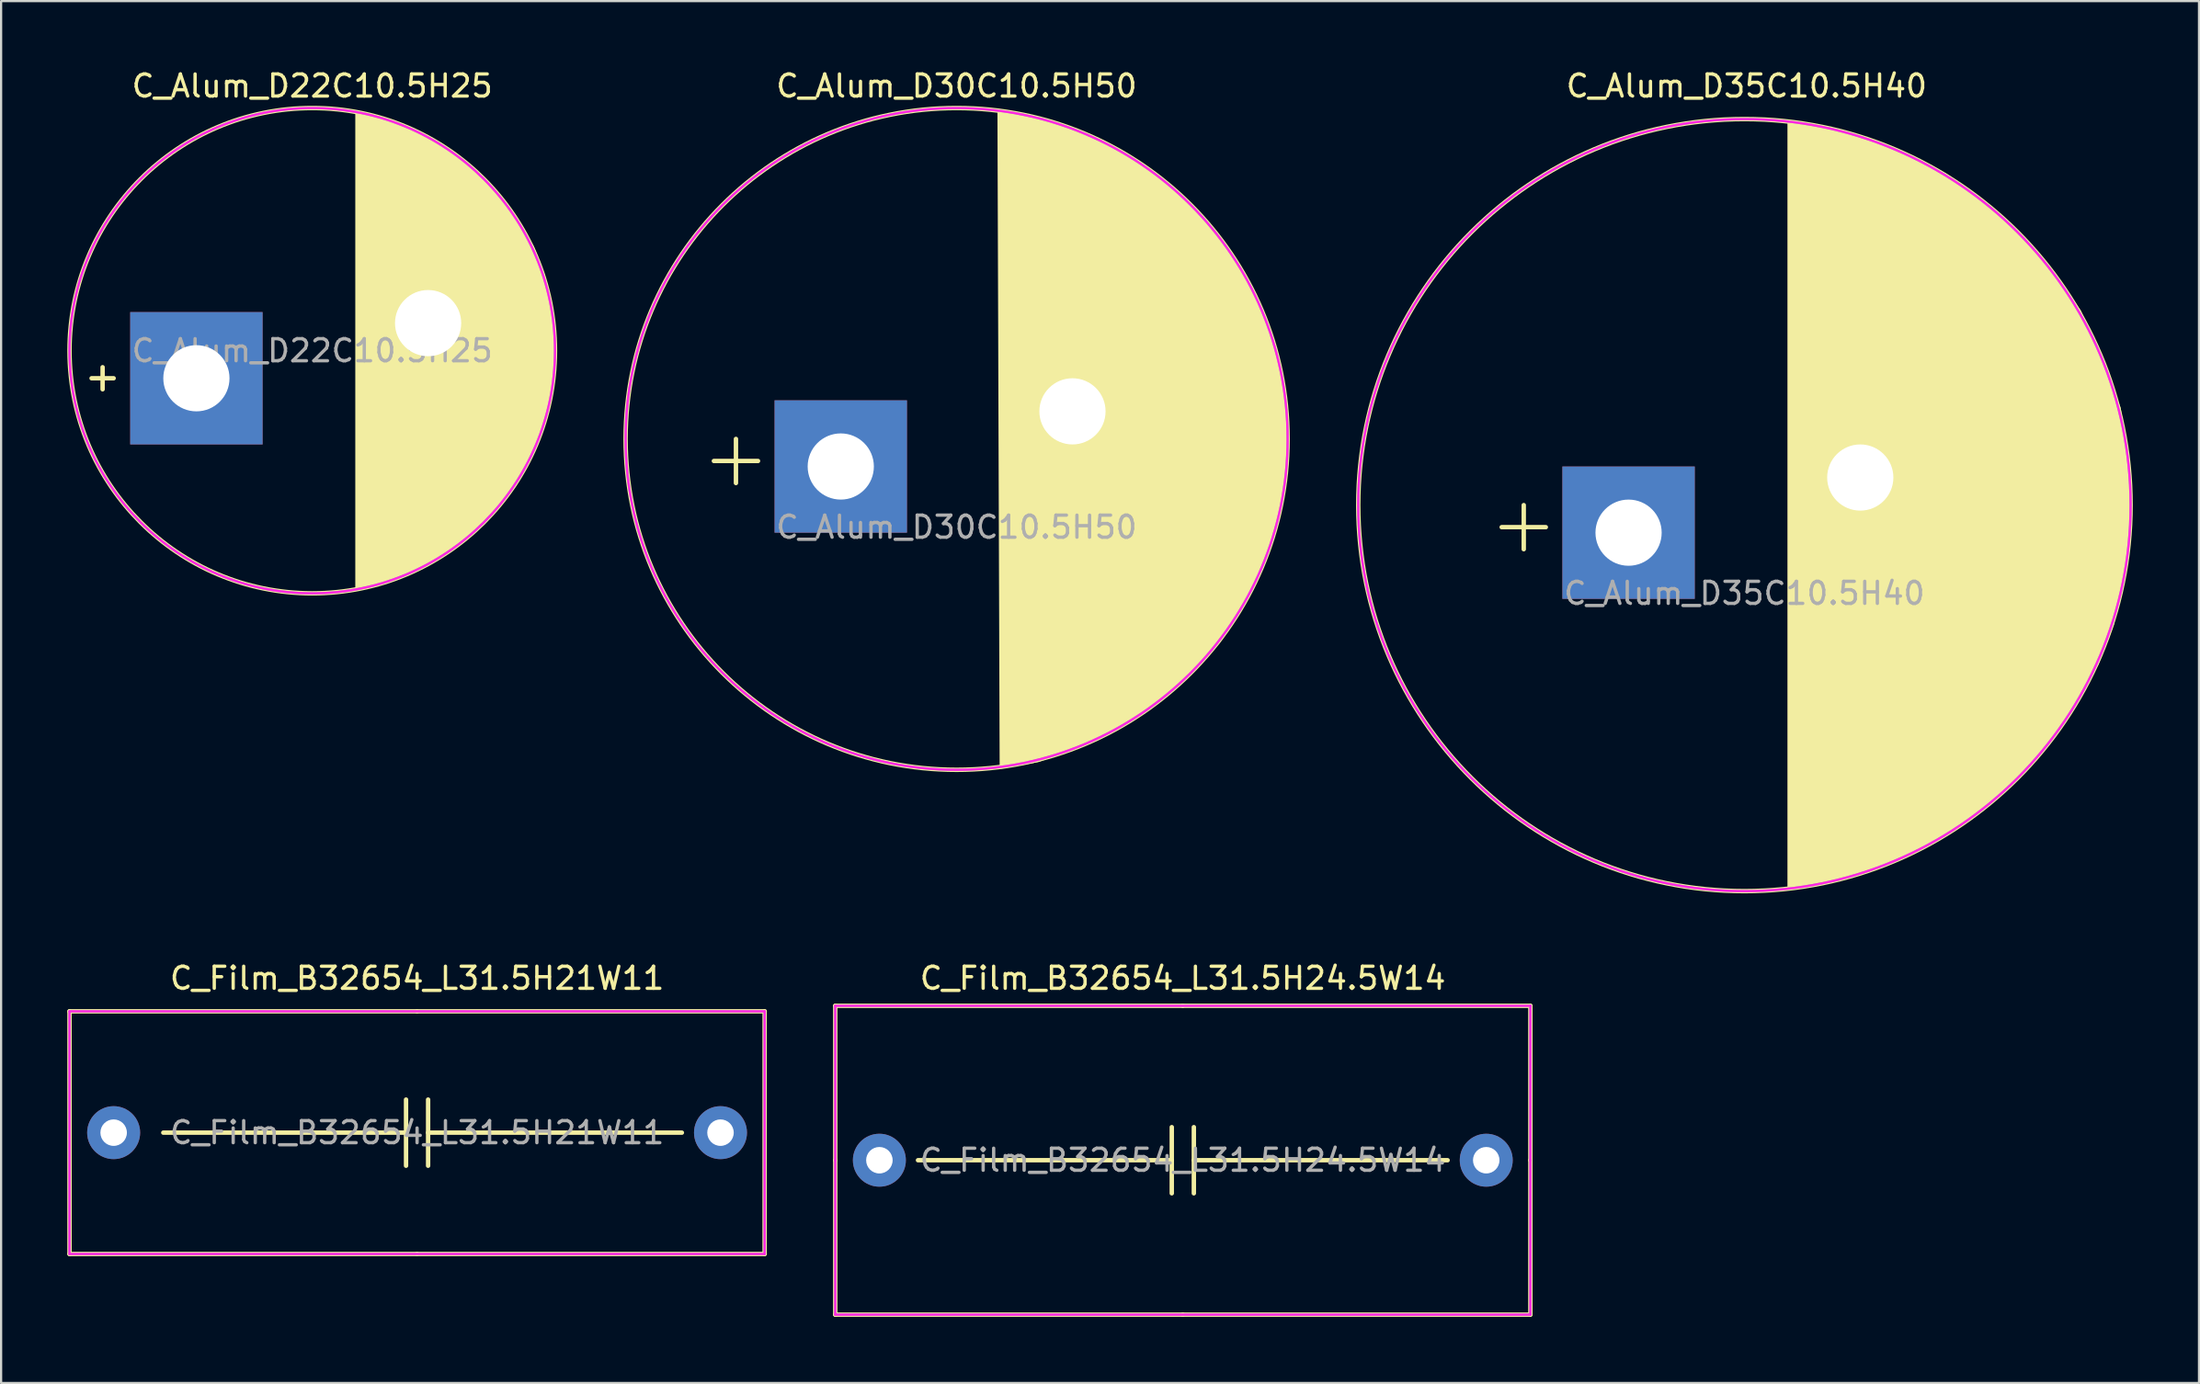
<source format=kicad_pcb>
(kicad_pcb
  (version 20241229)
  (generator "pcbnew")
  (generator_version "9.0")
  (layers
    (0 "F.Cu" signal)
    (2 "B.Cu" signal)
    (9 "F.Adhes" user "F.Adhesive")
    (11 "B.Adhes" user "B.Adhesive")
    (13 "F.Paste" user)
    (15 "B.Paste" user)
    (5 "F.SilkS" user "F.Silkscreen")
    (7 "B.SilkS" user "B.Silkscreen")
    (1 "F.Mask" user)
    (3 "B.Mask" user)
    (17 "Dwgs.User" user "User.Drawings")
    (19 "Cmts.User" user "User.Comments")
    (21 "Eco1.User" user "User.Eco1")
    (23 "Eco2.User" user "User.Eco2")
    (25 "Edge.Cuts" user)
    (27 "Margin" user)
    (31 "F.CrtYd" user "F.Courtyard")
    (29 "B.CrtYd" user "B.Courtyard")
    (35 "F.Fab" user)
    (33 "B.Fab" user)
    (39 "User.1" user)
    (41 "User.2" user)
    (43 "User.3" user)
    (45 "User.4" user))
  (footprint "C_Alum_D30C10.5H50"
    (layer "F.Cu")
    (at 40.3 16.848)
    (property "Reference" "C_Alum_D30C10.5H50" (at 0 -16 0) (layer "F.SilkS") (effects (font (size 1 1) (thickness 0.15))))
    (attr through_hole)
    (fp_line (start -11 1) (end -9 1) (stroke (width 0.2) (type solid)) (layer "F.SilkS"))
    (fp_line (start -10 2) (end -10 0) (stroke (width 0.2) (type solid)) (layer "F.SilkS"))
    (fp_circle (center 0 0) (end 15 0) (stroke (width 0.2) (type solid)) (fill no) (layer "F.SilkS"))
    (fp_poly (pts (xy 4.3 -14.4) (xy 6.6 -13.5) (xy 8.6 -12.3) (xy 9.9 -11.2) (xy 11.1 -10.1) (xy 12.1 -8.8) (xy 12.9 -7.7) (xy 13.5 -6.5) (xy 14.3 -4.5) (xy 14.7 -2.9) (xy 14.9 -1.4) (xy 15 0) (xy 14.9 1.5) (xy 14.5 3.9) (xy 13.9 5.7) (xy 12.6 8.1) (xy 11.9 9.2) (xy 10.7 10.5) (xy 9.4 11.7) (xy 7.9 12.7) (xy 5.9 13.8) (xy 3.7 14.6) (xy 2 14.9) (xy 1.9 -14.9)) (stroke (width 0.1) (type solid)) (fill yes) (layer "F.SilkS"))
    (fp_circle (center 0 0) (end 15 0) (stroke (width 0.1) (type solid)) (fill no) (layer "F.CrtYd"))
    (fp_circle (center 0 0) (end 15 0) (stroke (width 0.1) (type solid)) (fill no) (layer "F.Fab"))
    (fp_text user "${REFERENCE}" (at 0 4 0) (layer "F.Fab") (effects (font (size 1 1) (thickness 0.15))))
    (pad "1" thru_hole rect (at -5.25 1.25 180) (size 6 6) (drill 3) (layers "*.Cu" "*.Mask"))
    (pad "2" thru_hole circle (at 5.25 -1.25) (size 6 6) (drill 3) (layers "*.Cu" "*.Mask")))
  (footprint "C_Alum_D22C10.5H25"
    (layer "F.Cu")
    (at 11.1 12.848)
    (property "Reference" "C_Alum_D22C10.5H25" (at 0 -12 0) (layer "F.SilkS") (effects (font (size 1 1) (thickness 0.15))))
    (attr through_hole)
    (fp_line (start -10 1.25) (end -9 1.25) (stroke (width 0.2) (type solid)) (layer "F.SilkS"))
    (fp_line (start -9.5 1.75) (end -9.5 0.75) (stroke (width 0.2) (type solid)) (layer "F.SilkS"))
    (fp_circle (center 0 0) (end 11 0) (stroke (width 0.2) (type solid)) (fill no) (layer "F.SilkS"))
    (fp_poly (pts (xy 3.6 -10.4) (xy 5.1 -9.7) (xy 6.3 -9) (xy 7.6 -8) (xy 8.4 -7.1) (xy 9.2 -6) (xy 10 -4.7) (xy 10.5 -3.4) (xy 10.8 -2.2) (xy 11 -0.6) (xy 11 0.6) (xy 10.8 2.2) (xy 10.2 4.1) (xy 9.2 6.1) (xy 7.9 7.6) (xy 7.1 8.4) (xy 5.9 9.3) (xy 4.1 10.2) (xy 2 10.8) (xy 2 -10.8)) (stroke (width 0.1) (type solid)) (fill yes) (layer "F.SilkS"))
    (fp_circle (center 0 0) (end 11 0) (stroke (width 0.1) (type solid)) (fill no) (layer "F.CrtYd"))
    (fp_circle (center 0 0) (end 11 0) (stroke (width 0.1) (type solid)) (fill no) (layer "F.Fab"))
    (fp_text user "${REFERENCE}" (at 0 0 0) (layer "F.Fab") (effects (font (size 1 1) (thickness 0.15))))
    (pad "1" thru_hole rect (at -5.25 1.25 180) (size 6 6) (drill 3) (layers "*.Cu" "*.Mask"))
    (pad "2" thru_hole circle (at 5.25 -1.25) (size 6 6) (drill 3) (layers "*.Cu" "*.Mask")))
  (footprint "C_Film_B32654_L31.5H24.5W14"
    (layer "F.Cu")
    (at 50.55 49.547)
    (property "Reference" "C_Film_B32654_L31.5H24.5W14" (at 0 -8.25 0) (layer "F.SilkS") (effects (font (size 1 1) (thickness 0.15))))
    (attr through_hole)
    (fp_line (start -15.75 -7) (end -15.75 0) (stroke (width 0.2) (type solid)) (layer "F.SilkS"))
    (fp_line (start -15.75 -7) (end 0 -7) (stroke (width 0.2) (type solid)) (layer "F.SilkS"))
    (fp_line (start -15.75 0) (end -15.75 7) (stroke (width 0.2) (type solid)) (layer "F.SilkS"))
    (fp_line (start -12 0) (end -0.5 0) (stroke (width 0.2) (type solid)) (layer "F.SilkS"))
    (fp_line (start -0.5 1.5) (end -0.5 -1.5) (stroke (width 0.2) (type solid)) (layer "F.SilkS"))
    (fp_line (start 0 -7) (end 15.75 -7) (stroke (width 0.2) (type solid)) (layer "F.SilkS"))
    (fp_line (start 0 7) (end -15.75 7) (stroke (width 0.2) (type solid)) (layer "F.SilkS"))
    (fp_line (start 0.5 0) (end 12 0) (stroke (width 0.2) (type solid)) (layer "F.SilkS"))
    (fp_line (start 0.5 1.5) (end 0.5 -1.5) (stroke (width 0.2) (type solid)) (layer "F.SilkS"))
    (fp_line (start 15.75 -7) (end 15.75 0) (stroke (width 0.2) (type solid)) (layer "F.SilkS"))
    (fp_line (start 15.75 7) (end 0 7) (stroke (width 0.2) (type solid)) (layer "F.SilkS"))
    (fp_line (start 15.75 7) (end 15.75 0) (stroke (width 0.2) (type solid)) (layer "F.SilkS"))
    (fp_line (start -15.75 -7) (end -15.75 0) (stroke (width 0.1) (type solid)) (layer "F.CrtYd"))
    (fp_line (start -15.75 -7) (end 15.75 -7) (stroke (width 0.1) (type solid)) (layer "F.CrtYd"))
    (fp_line (start -15.75 0) (end -15.75 7) (stroke (width 0.1) (type solid)) (layer "F.CrtYd"))
    (fp_line (start 15.75 -7) (end 15.75 0) (stroke (width 0.1) (type solid)) (layer "F.CrtYd"))
    (fp_line (start 15.75 7) (end -15.75 7) (stroke (width 0.1) (type solid)) (layer "F.CrtYd"))
    (fp_line (start 15.75 7) (end 15.75 0) (stroke (width 0.1) (type solid)) (layer "F.CrtYd"))
    (fp_line (start -15.75 -7) (end -15.75 0) (stroke (width 0.1) (type solid)) (layer "F.Fab"))
    (fp_line (start -15.75 -7) (end 15.75 -7) (stroke (width 0.1) (type solid)) (layer "F.Fab"))
    (fp_line (start -15.75 0) (end -15.75 7) (stroke (width 0.1) (type solid)) (layer "F.Fab"))
    (fp_line (start 15.75 -7) (end 15.75 0) (stroke (width 0.1) (type solid)) (layer "F.Fab"))
    (fp_line (start 15.75 7) (end -15.75 7) (stroke (width 0.1) (type solid)) (layer "F.Fab"))
    (fp_line (start 15.75 7) (end 15.75 0) (stroke (width 0.1) (type solid)) (layer "F.Fab"))
    (fp_text user "${REFERENCE}" (at 0 0 0) (layer "F.Fab") (effects (font (size 1 1) (thickness 0.15))))
    (pad "1" thru_hole circle (at -13.75 0) (size 2.4 2.4) (drill 1.2) (layers "*.Cu" "*.Mask"))
    (pad "2" thru_hole circle (at 13.75 0 180) (size 2.4 2.4) (drill 1.2) (layers "*.Cu" "*.Mask")))
  (footprint "C_Film_B32654_L31.5H21W11"
    (layer "F.Cu")
    (at 15.85 48.297)
    (property "Reference" "C_Film_B32654_L31.5H21W11" (at 0 -7 0) (layer "F.SilkS") (effects (font (size 1 1) (thickness 0.15))))
    (attr through_hole)
    (fp_line (start -15.75 -5.5) (end 0 -5.5) (stroke (width 0.2) (type solid)) (layer "F.SilkS"))
    (fp_line (start -15.75 5.5) (end -15.75 -5.5) (stroke (width 0.2) (type solid)) (layer "F.SilkS"))
    (fp_line (start -11.5 0) (end -0.5 0) (stroke (width 0.2) (type solid)) (layer "F.SilkS"))
    (fp_line (start -0.5 1.5) (end -0.5 -1.5) (stroke (width 0.2) (type solid)) (layer "F.SilkS"))
    (fp_line (start 0 -5.5) (end 15.75 -5.5) (stroke (width 0.2) (type solid)) (layer "F.SilkS"))
    (fp_line (start 0 5.5) (end -15.75 5.5) (stroke (width 0.2) (type solid)) (layer "F.SilkS"))
    (fp_line (start 0.5 0) (end 12 0) (stroke (width 0.2) (type solid)) (layer "F.SilkS"))
    (fp_line (start 0.5 1.5) (end 0.5 -1.5) (stroke (width 0.2) (type solid)) (layer "F.SilkS"))
    (fp_line (start 15.75 -5.5) (end 15.75 5.5) (stroke (width 0.2) (type solid)) (layer "F.SilkS"))
    (fp_line (start 15.75 5.5) (end 0 5.5) (stroke (width 0.2) (type solid)) (layer "F.SilkS"))
    (fp_line (start -15.75 -5.5) (end 15.75 -5.5) (stroke (width 0.1) (type solid)) (layer "F.CrtYd"))
    (fp_line (start -15.75 5.5) (end -15.75 -5.5) (stroke (width 0.1) (type solid)) (layer "F.CrtYd"))
    (fp_line (start 15.75 -5.5) (end 15.75 5.5) (stroke (width 0.1) (type solid)) (layer "F.CrtYd"))
    (fp_line (start 15.75 5.5) (end -15.75 5.5) (stroke (width 0.1) (type solid)) (layer "F.CrtYd"))
    (fp_line (start -15.75 -5.5) (end 15.75 -5.5) (stroke (width 0.1) (type solid)) (layer "F.Fab"))
    (fp_line (start -15.75 5.5) (end -15.75 -5.5) (stroke (width 0.1) (type solid)) (layer "F.Fab"))
    (fp_line (start 15.75 -5.5) (end 15.75 5.5) (stroke (width 0.1) (type solid)) (layer "F.Fab"))
    (fp_line (start 15.75 5.5) (end -15.75 5.5) (stroke (width 0.1) (type solid)) (layer "F.Fab"))
    (fp_text user "${REFERENCE}" (at 0 0 0) (layer "F.Fab") (effects (font (size 1 1) (thickness 0.15))))
    (pad "1" thru_hole circle (at -13.75 0) (size 2.4 2.4) (drill 1.2) (layers "*.Cu" "*.Mask"))
    (pad "2" thru_hole circle (at 13.75 0 180) (size 2.4 2.4) (drill 1.2) (layers "*.Cu" "*.Mask")))
  (footprint "C_Alum_D35C10.5H40"
    (layer "F.Cu")
    (at 76 19.848)
    (property "Reference" "C_Alum_D35C10.5H40" (at 0.1 -19 0) (layer "F.SilkS") (effects (font (size 1 1) (thickness 0.15))))
    (attr through_hole)
    (fp_line (start -11 1) (end -9 1) (stroke (width 0.2) (type solid)) (layer "F.SilkS"))
    (fp_line (start -10 2) (end -10 0) (stroke (width 0.2) (type solid)) (layer "F.SilkS"))
    (fp_circle (center 0 0) (end 17.5 0) (stroke (width 0.2) (type solid)) (fill no) (layer "F.SilkS"))
    (fp_poly (pts (xy 5.1 -16.7) (xy 7.1 -16) (xy 9.1 -15) (xy 11.3 -13.4) (xy 13.4 -11.3) (xy 15.2 -8.8) (xy 16.2 -6.5) (xy 17 -4.4) (xy 17.5 -0.9) (xy 17.4 1.9) (xy 16.7 5.4) (xy 16 7.2) (xy 14.9 9.1) (xy 14.2 10.2) (xy 12.8 11.9) (xy 11 13.6) (xy 8.9 15.1) (xy 6.4 16.3) (xy 3.4 17.1) (xy 2 17.4) (xy 2 -17.4)) (stroke (width 0.1) (type solid)) (fill yes) (layer "F.SilkS"))
    (fp_circle (center 0 0) (end 17.5 0) (stroke (width 0.1) (type solid)) (fill no) (layer "F.CrtYd"))
    (fp_circle (center 0 0) (end 17.5 0) (stroke (width 0.1) (type solid)) (fill no) (layer "F.Fab"))
    (fp_text user "${REFERENCE}" (at 0 4 0) (layer "F.Fab") (effects (font (size 1 1) (thickness 0.15))))
    (pad "1" thru_hole rect (at -5.25 1.25 180) (size 6 6) (drill 3) (layers "*.Cu" "*.Mask"))
    (pad "2" thru_hole circle (at 5.25 -1.25) (size 6 6) (drill 3) (layers "*.Cu" "*.Mask")))
  (gr_rect
    (start -3 -3)
    (end 96.6 59.647)
    (stroke (width 0.1) (type default))
    (fill no)
    (layer "Edge.Cuts")))
</source>
